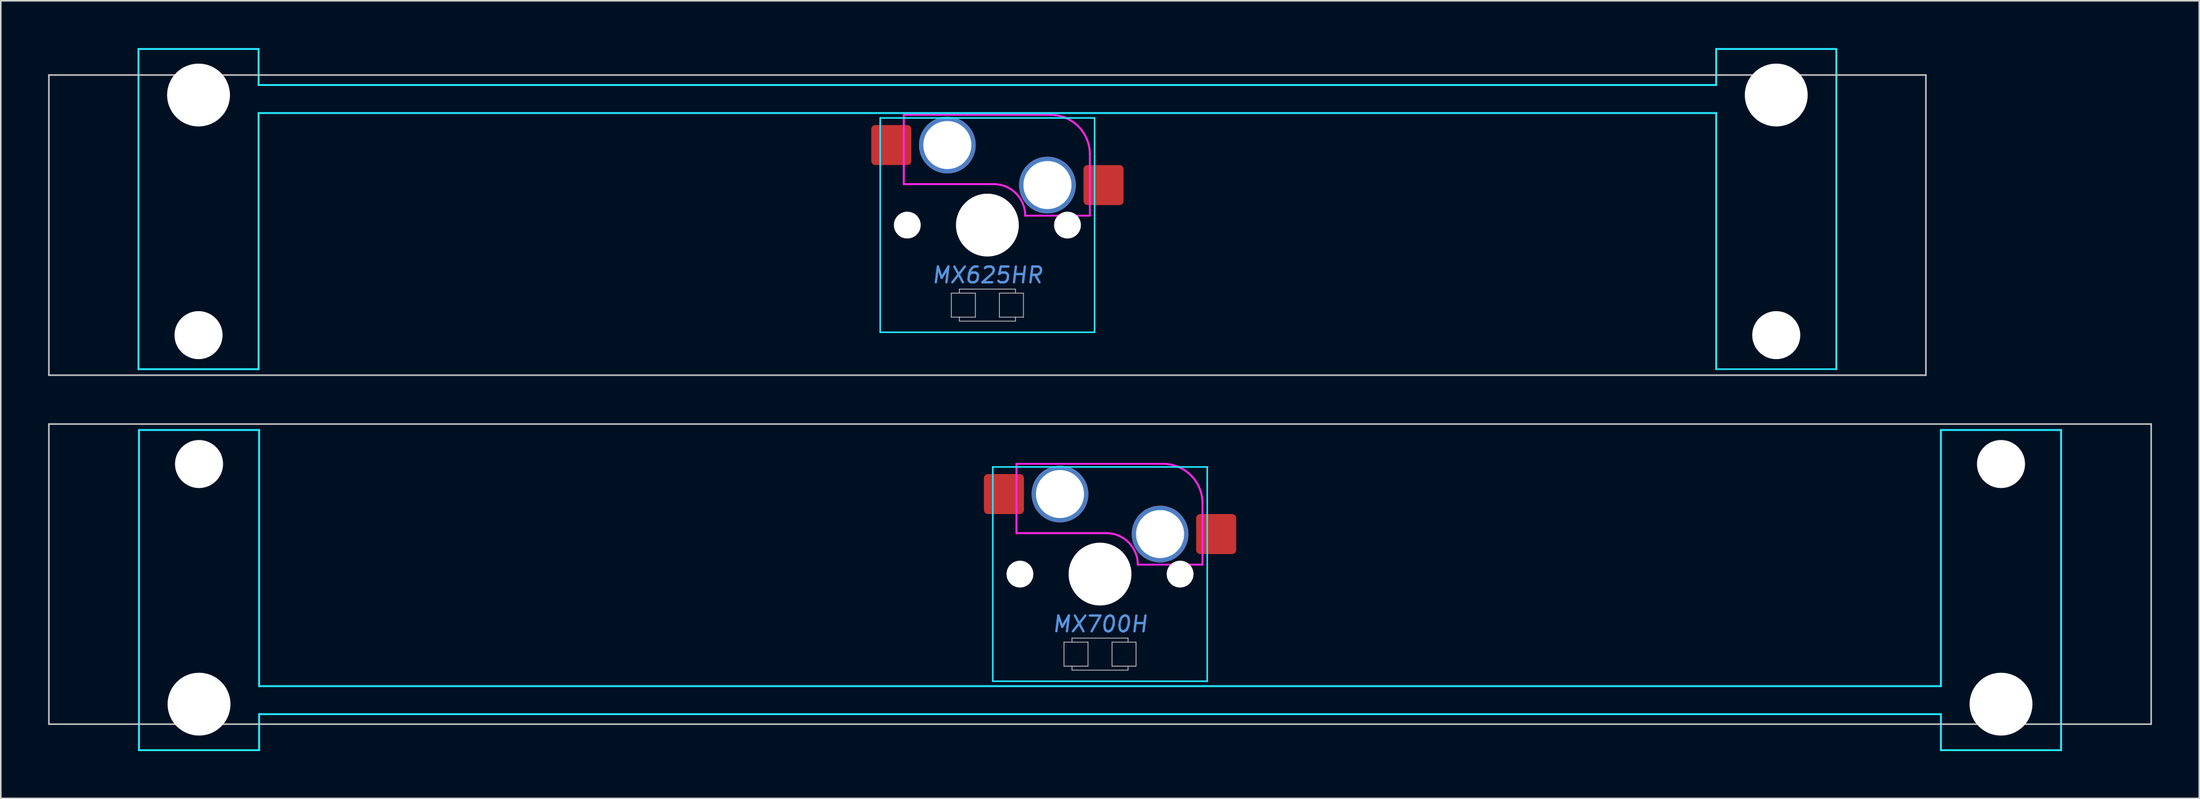
<source format=kicad_pcb>
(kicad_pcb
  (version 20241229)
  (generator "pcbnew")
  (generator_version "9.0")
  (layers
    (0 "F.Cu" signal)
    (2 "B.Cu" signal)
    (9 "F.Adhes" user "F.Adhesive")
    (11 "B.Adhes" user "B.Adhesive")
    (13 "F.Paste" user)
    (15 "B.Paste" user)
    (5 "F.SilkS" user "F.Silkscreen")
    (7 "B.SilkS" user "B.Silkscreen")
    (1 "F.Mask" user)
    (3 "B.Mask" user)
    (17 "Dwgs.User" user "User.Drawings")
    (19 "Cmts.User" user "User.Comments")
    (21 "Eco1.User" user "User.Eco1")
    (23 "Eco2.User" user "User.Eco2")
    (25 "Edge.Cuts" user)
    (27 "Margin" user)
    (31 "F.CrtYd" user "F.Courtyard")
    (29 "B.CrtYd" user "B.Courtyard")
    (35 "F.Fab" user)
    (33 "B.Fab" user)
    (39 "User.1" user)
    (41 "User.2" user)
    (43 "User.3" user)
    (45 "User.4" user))
  (footprint "MX625HR"
    (layer "F.Cu")
    (at 59.581 11.236)
    (property "Reference" "MX625HR" (at 0 3.175 0) (layer "Cmts.User") (effects (font (size 1 1) (thickness 0.15) (italic yes))))
    (attr smd)
    (fp_line (start -59.531 -9.525) (end -59.531 9.525) (stroke (width 0.1) (type solid)) (layer "Dwgs.User"))
    (fp_line (start -59.531 -9.525) (end 59.531 -9.525) (stroke (width 0.1) (type solid)) (layer "Dwgs.User"))
    (fp_line (start -59.531 9.525) (end 59.531 9.525) (stroke (width 0.1) (type solid)) (layer "Dwgs.User"))
    (fp_line (start -2.286 4.318) (end -0.762 4.318) (stroke (width 0.051) (type solid)) (layer "Dwgs.User"))
    (fp_line (start -2.286 5.842) (end -2.286 4.318) (stroke (width 0.051) (type solid)) (layer "Dwgs.User"))
    (fp_line (start -1.778 4.064) (end 1.778 4.064) (stroke (width 0.051) (type solid)) (layer "Dwgs.User"))
    (fp_line (start -1.778 4.318) (end -1.778 4.064) (stroke (width 0.051) (type solid)) (layer "Dwgs.User"))
    (fp_line (start -1.778 6.096) (end -1.778 5.842) (stroke (width 0.051) (type solid)) (layer "Dwgs.User"))
    (fp_line (start -0.762 4.318) (end -0.762 5.842) (stroke (width 0.051) (type solid)) (layer "Dwgs.User"))
    (fp_line (start -0.762 5.842) (end -2.286 5.842) (stroke (width 0.051) (type solid)) (layer "Dwgs.User"))
    (fp_line (start 0.762 4.318) (end 2.286 4.318) (stroke (width 0.051) (type solid)) (layer "Dwgs.User"))
    (fp_line (start 0.762 5.842) (end 0.762 4.318) (stroke (width 0.051) (type solid)) (layer "Dwgs.User"))
    (fp_line (start 1.778 4.064) (end 1.778 4.318) (stroke (width 0.051) (type solid)) (layer "Dwgs.User"))
    (fp_line (start 1.778 5.842) (end 1.778 6.096) (stroke (width 0.051) (type solid)) (layer "Dwgs.User"))
    (fp_line (start 1.778 6.096) (end -1.778 6.096) (stroke (width 0.051) (type solid)) (layer "Dwgs.User"))
    (fp_line (start 2.286 4.318) (end 2.286 5.842) (stroke (width 0.051) (type solid)) (layer "Dwgs.User"))
    (fp_line (start 2.286 5.842) (end 0.762 5.842) (stroke (width 0.051) (type solid)) (layer "Dwgs.User"))
    (fp_line (start 59.531 -9.525) (end 59.531 9.525) (stroke (width 0.1) (type solid)) (layer "Dwgs.User"))
    (fp_line (start -53.538 -8.515) (end -53.538 5.485) (stroke (width 0.1) (type solid)) (layer "Eco1.User"))
    (fp_line (start -53.038 -9.015) (end -47.038 -9.015) (stroke (width 0.1) (type solid)) (layer "Eco1.User"))
    (fp_line (start -47.038 5.985) (end -53.038 5.985) (stroke (width 0.1) (type solid)) (layer "Eco1.User"))
    (fp_line (start -46.538 5.485) (end -46.538 -8.515) (stroke (width 0.1) (type solid)) (layer "Eco1.User"))
    (fp_line (start -7 -6.5) (end -7 6.5) (stroke (width 0.1) (type solid)) (layer "Eco1.User"))
    (fp_line (start -6.5 7) (end 6.5 7) (stroke (width 0.1) (type solid)) (layer "Eco1.User"))
    (fp_line (start 6.5 -7) (end -6.5 -7) (stroke (width 0.1) (type solid)) (layer "Eco1.User"))
    (fp_line (start 7 6.5) (end 7 -6.5) (stroke (width 0.1) (type solid)) (layer "Eco1.User"))
    (fp_line (start 46.538 -8.515) (end 46.538 5.485) (stroke (width 0.1) (type solid)) (layer "Eco1.User"))
    (fp_line (start 47.038 -9.015) (end 53.038 -9.015) (stroke (width 0.1) (type solid)) (layer "Eco1.User"))
    (fp_line (start 53.038 5.985) (end 47.038 5.985) (stroke (width 0.1) (type solid)) (layer "Eco1.User"))
    (fp_line (start 53.538 5.485) (end 53.538 -8.515) (stroke (width 0.1) (type solid)) (layer "Eco1.User"))
    (fp_arc (start -53.538 -8.515) (mid -53.391553 -8.868553) (end -53.038 -9.015) (stroke (width 0.1) (type solid)) (layer "Eco1.User"))
    (fp_arc (start -53.038 5.985) (mid -53.391553 5.838553) (end -53.538 5.485) (stroke (width 0.1) (type solid)) (layer "Eco1.User"))
    (fp_arc (start -47.038 -9.015) (mid -46.684447 -8.868553) (end -46.538 -8.515) (stroke (width 0.1) (type solid)) (layer "Eco1.User"))
    (fp_arc (start -46.538 5.485) (mid -46.684447 5.838553) (end -47.038 5.985) (stroke (width 0.1) (type solid)) (layer "Eco1.User"))
    (fp_arc (start -7 -6.5) (mid -6.853553 -6.853553) (end -6.5 -7) (stroke (width 0.1) (type solid)) (layer "Eco1.User"))
    (fp_arc (start -6.5 7) (mid -6.853553 6.853553) (end -7 6.5) (stroke (width 0.1) (type solid)) (layer "Eco1.User"))
    (fp_arc (start 6.5 -7) (mid 6.853553 -6.853553) (end 7 -6.5) (stroke (width 0.1) (type solid)) (layer "Eco1.User"))
    (fp_arc (start 7 6.5) (mid 6.853553 6.853553) (end 6.5 7) (stroke (width 0.1) (type solid)) (layer "Eco1.User"))
    (fp_arc (start 46.538 -8.515) (mid 46.684447 -8.868553) (end 47.038 -9.015) (stroke (width 0.1) (type solid)) (layer "Eco1.User"))
    (fp_arc (start 47.038 5.985) (mid 46.684447 5.838553) (end 46.538 5.485) (stroke (width 0.1) (type solid)) (layer "Eco1.User"))
    (fp_arc (start 53.038 -9.015) (mid 53.391553 -8.868553) (end 53.538 -8.515) (stroke (width 0.1) (type solid)) (layer "Eco1.User"))
    (fp_arc (start 53.538 5.485) (mid 53.391553 5.838553) (end 53.038 5.985) (stroke (width 0.1) (type solid)) (layer "Eco1.User"))
    (fp_line (start -53.848 -11.176) (end -53.848 9.144) (stroke (width 0.12) (type solid)) (layer "B.CrtYd"))
    (fp_line (start -53.848 -11.176) (end -46.228 -11.176) (stroke (width 0.12) (type solid)) (layer "B.CrtYd"))
    (fp_line (start -53.848 9.144) (end -46.228 9.144) (stroke (width 0.12) (type solid)) (layer "B.CrtYd"))
    (fp_line (start -46.228 -11.176) (end -46.228 -8.89) (stroke (width 0.12) (type solid)) (layer "B.CrtYd"))
    (fp_line (start -46.228 -7.112) (end -46.228 9.144) (stroke (width 0.12) (type solid)) (layer "B.CrtYd"))
    (fp_line (start -6.8 -6.8) (end -6.8 6.8) (stroke (width 0.1) (type solid)) (layer "B.CrtYd"))
    (fp_line (start 6.8 -6.8) (end -6.8 -6.8) (stroke (width 0.1) (type solid)) (layer "B.CrtYd"))
    (fp_line (start 6.8 -6.8) (end 6.8 6.8) (stroke (width 0.1) (type solid)) (layer "B.CrtYd"))
    (fp_line (start 6.8 6.8) (end -6.8 6.8) (stroke (width 0.1) (type solid)) (layer "B.CrtYd"))
    (fp_line (start 46.228 -11.176) (end 46.228 -8.89) (stroke (width 0.12) (type solid)) (layer "B.CrtYd"))
    (fp_line (start 46.228 -8.89) (end -46.228 -8.89) (stroke (width 0.12) (type solid)) (layer "B.CrtYd"))
    (fp_line (start 46.228 -7.112) (end -46.228 -7.112) (stroke (width 0.12) (type solid)) (layer "B.CrtYd"))
    (fp_line (start 46.228 -7.112) (end 46.228 9.144) (stroke (width 0.12) (type solid)) (layer "B.CrtYd"))
    (fp_line (start 53.848 -11.176) (end 46.228 -11.176) (stroke (width 0.12) (type solid)) (layer "B.CrtYd"))
    (fp_line (start 53.848 -11.176) (end 53.848 9.144) (stroke (width 0.12) (type solid)) (layer "B.CrtYd"))
    (fp_line (start 53.848 9.144) (end 46.228 9.144) (stroke (width 0.1) (type solid)) (layer "B.CrtYd"))
    (fp_line (start -5.3 -7) (end -5.3 -2.6) (stroke (width 0.127) (type solid)) (layer "F.CrtYd"))
    (fp_line (start -5.2 -7) (end -5.3 -7) (stroke (width 0.12) (type solid)) (layer "F.CrtYd"))
    (fp_line (start 0.4 -2.6) (end -5.3 -2.6) (stroke (width 0.127) (type solid)) (layer "F.CrtYd"))
    (fp_line (start 4 -7) (end -5.2 -7) (stroke (width 0.12) (type solid)) (layer "F.CrtYd"))
    (fp_line (start 6.5 -4.5) (end 6.5 -0.6) (stroke (width 0.12) (type solid)) (layer "F.CrtYd"))
    (fp_line (start 6.5 -0.6) (end 2.4 -0.6) (stroke (width 0.12) (type solid)) (layer "F.CrtYd"))
    (fp_arc (start 0.4 -2.6) (mid 1.814214 -2.014214) (end 2.4 -0.6) (stroke (width 0.127) (type solid)) (layer "F.CrtYd"))
    (fp_arc (start 4 -7) (mid 5.767767 -6.267767) (end 6.5 -4.5) (stroke (width 0.127) (type solid)) (layer "F.CrtYd"))
    (pad "" np_thru_hole circle (at -50.038 -8.255 180) (size 3.988 3.988) (drill 3.988) (layers "*.Cu" "*.Mask"))
    (pad "" np_thru_hole circle (at -50.038 6.985 180) (size 3.048 3.048) (drill 3.048) (layers "*.Cu" "*.Mask"))
    (pad "" np_thru_hole circle (at -5.08 0) (size 1.702 1.702) (drill 1.702) (layers "*.Cu" "*.Mask"))
    (pad "" thru_hole circle (at -2.54 -5.08) (size 3.6 3.6) (drill 3.048) (layers "*.Cu" "*.Mask"))
    (pad "" np_thru_hole circle (at 0 0) (size 3.988 3.988) (drill 3.988) (layers "*.Cu" "*.Mask"))
    (pad "" thru_hole circle (at 3.81 -2.54) (size 3.6 3.6) (drill 3.048) (layers "*.Cu" "*.Mask"))
    (pad "" np_thru_hole circle (at 5.08 0) (size 1.702 1.702) (drill 1.702) (layers "*.Cu" "*.Mask"))
    (pad "" np_thru_hole circle (at 50.038 -8.255 180) (size 3.988 3.988) (drill 3.988) (layers "*.Cu" "*.Mask"))
    (pad "" np_thru_hole circle (at 50.038 6.985 180) (size 3.048 3.048) (drill 3.048) (layers "*.Cu" "*.Mask"))
    (pad "1" smd roundrect (at -6.096 -5.08) (size 2.54 2.54) (layers "F.Cu" "F.Mask") (roundrect_rratio 0.1))
    (pad "2" smd roundrect (at 7.366 -2.54) (size 2.54 2.54) (layers "F.Cu" "F.Mask") (roundrect_rratio 0.1)))
  (footprint "MX700H"
    (layer "F.Cu")
    (at 66.725 33.386)
    (property "Reference" "MX700H" (at 0 3.175 0) (layer "Cmts.User") (effects (font (size 1 1) (thickness 0.15) (italic yes))))
    (attr smd)
    (fp_line (start -66.675 -9.525) (end -66.675 9.525) (stroke (width 0.1) (type solid)) (layer "Dwgs.User"))
    (fp_line (start -66.675 -9.525) (end 66.675 -9.525) (stroke (width 0.1) (type solid)) (layer "Dwgs.User"))
    (fp_line (start -66.675 9.525) (end 66.675 9.525) (stroke (width 0.1) (type solid)) (layer "Dwgs.User"))
    (fp_line (start -2.286 4.318) (end -0.762 4.318) (stroke (width 0.051) (type solid)) (layer "Dwgs.User"))
    (fp_line (start -2.286 5.842) (end -2.286 4.318) (stroke (width 0.051) (type solid)) (layer "Dwgs.User"))
    (fp_line (start -1.778 4.064) (end 1.778 4.064) (stroke (width 0.051) (type solid)) (layer "Dwgs.User"))
    (fp_line (start -1.778 4.318) (end -1.778 4.064) (stroke (width 0.051) (type solid)) (layer "Dwgs.User"))
    (fp_line (start -1.778 6.096) (end -1.778 5.842) (stroke (width 0.051) (type solid)) (layer "Dwgs.User"))
    (fp_line (start -0.762 4.318) (end -0.762 5.842) (stroke (width 0.051) (type solid)) (layer "Dwgs.User"))
    (fp_line (start -0.762 5.842) (end -2.286 5.842) (stroke (width 0.051) (type solid)) (layer "Dwgs.User"))
    (fp_line (start 0.762 4.318) (end 2.286 4.318) (stroke (width 0.051) (type solid)) (layer "Dwgs.User"))
    (fp_line (start 0.762 5.842) (end 0.762 4.318) (stroke (width 0.051) (type solid)) (layer "Dwgs.User"))
    (fp_line (start 1.778 4.064) (end 1.778 4.318) (stroke (width 0.051) (type solid)) (layer "Dwgs.User"))
    (fp_line (start 1.778 5.842) (end 1.778 6.096) (stroke (width 0.051) (type solid)) (layer "Dwgs.User"))
    (fp_line (start 1.778 6.096) (end -1.778 6.096) (stroke (width 0.051) (type solid)) (layer "Dwgs.User"))
    (fp_line (start 2.286 4.318) (end 2.286 5.842) (stroke (width 0.051) (type solid)) (layer "Dwgs.User"))
    (fp_line (start 2.286 5.842) (end 0.762 5.842) (stroke (width 0.051) (type solid)) (layer "Dwgs.User"))
    (fp_line (start 66.675 -9.525) (end 66.675 9.525) (stroke (width 0.1) (type solid)) (layer "Dwgs.User"))
    (fp_line (start -60.65 -5.485) (end -60.65 8.515) (stroke (width 0.1) (type solid)) (layer "Eco1.User"))
    (fp_line (start -60.15 -5.985) (end -54.15 -5.985) (stroke (width 0.1) (type solid)) (layer "Eco1.User"))
    (fp_line (start -54.15 9.015) (end -60.15 9.015) (stroke (width 0.1) (type solid)) (layer "Eco1.User"))
    (fp_line (start -53.65 8.515) (end -53.65 -5.485) (stroke (width 0.1) (type solid)) (layer "Eco1.User"))
    (fp_line (start -7 -6.5) (end -7 6.5) (stroke (width 0.1) (type solid)) (layer "Eco1.User"))
    (fp_line (start -6.5 7) (end 6.5 7) (stroke (width 0.1) (type solid)) (layer "Eco1.User"))
    (fp_line (start 6.5 -7) (end -6.5 -7) (stroke (width 0.1) (type solid)) (layer "Eco1.User"))
    (fp_line (start 7 6.5) (end 7 -6.5) (stroke (width 0.1) (type solid)) (layer "Eco1.User"))
    (fp_line (start 53.65 -5.485) (end 53.65 8.515) (stroke (width 0.1) (type solid)) (layer "Eco1.User"))
    (fp_line (start 54.15 -5.985) (end 60.15 -5.985) (stroke (width 0.1) (type solid)) (layer "Eco1.User"))
    (fp_line (start 60.15 9.015) (end 54.15 9.015) (stroke (width 0.1) (type solid)) (layer "Eco1.User"))
    (fp_line (start 60.65 8.515) (end 60.65 -5.485) (stroke (width 0.1) (type solid)) (layer "Eco1.User"))
    (fp_arc (start -60.65 -5.485) (mid -60.503553 -5.838553) (end -60.15 -5.985) (stroke (width 0.1) (type solid)) (layer "Eco1.User"))
    (fp_arc (start -60.15 9.015) (mid -60.503553 8.868553) (end -60.65 8.515) (stroke (width 0.1) (type solid)) (layer "Eco1.User"))
    (fp_arc (start -54.15 -5.985) (mid -53.796447 -5.838553) (end -53.65 -5.485) (stroke (width 0.1) (type solid)) (layer "Eco1.User"))
    (fp_arc (start -53.65 8.515) (mid -53.796447 8.868553) (end -54.15 9.015) (stroke (width 0.1) (type solid)) (layer "Eco1.User"))
    (fp_arc (start -7 -6.5) (mid -6.853553 -6.853553) (end -6.5 -7) (stroke (width 0.1) (type solid)) (layer "Eco1.User"))
    (fp_arc (start -6.5 7) (mid -6.853553 6.853553) (end -7 6.5) (stroke (width 0.1) (type solid)) (layer "Eco1.User"))
    (fp_arc (start 6.5 -7) (mid 6.853553 -6.853553) (end 7 -6.5) (stroke (width 0.1) (type solid)) (layer "Eco1.User"))
    (fp_arc (start 7 6.5) (mid 6.853553 6.853553) (end 6.5 7) (stroke (width 0.1) (type solid)) (layer "Eco1.User"))
    (fp_arc (start 53.65 -5.485) (mid 53.796447 -5.838553) (end 54.15 -5.985) (stroke (width 0.1) (type solid)) (layer "Eco1.User"))
    (fp_arc (start 54.15 9.015) (mid 53.796447 8.868553) (end 53.65 8.515) (stroke (width 0.1) (type solid)) (layer "Eco1.User"))
    (fp_arc (start 60.15 -5.985) (mid 60.503553 -5.838553) (end 60.65 -5.485) (stroke (width 0.1) (type solid)) (layer "Eco1.User"))
    (fp_arc (start 60.65 8.515) (mid 60.503553 8.868553) (end 60.15 9.015) (stroke (width 0.1) (type solid)) (layer "Eco1.User"))
    (fp_line (start -60.96 -9.144) (end -53.34 -9.144) (stroke (width 0.12) (type solid)) (layer "B.CrtYd"))
    (fp_line (start -60.96 11.176) (end -60.96 -9.144) (stroke (width 0.12) (type solid)) (layer "B.CrtYd"))
    (fp_line (start -60.96 11.176) (end -53.34 11.176) (stroke (width 0.12) (type solid)) (layer "B.CrtYd"))
    (fp_line (start -53.34 7.112) (end -53.34 -9.144) (stroke (width 0.12) (type solid)) (layer "B.CrtYd"))
    (fp_line (start -53.34 7.112) (end 53.34 7.112) (stroke (width 0.12) (type solid)) (layer "B.CrtYd"))
    (fp_line (start -53.34 8.89) (end 53.34 8.89) (stroke (width 0.12) (type solid)) (layer "B.CrtYd"))
    (fp_line (start -53.34 11.176) (end -53.34 8.89) (stroke (width 0.12) (type solid)) (layer "B.CrtYd"))
    (fp_line (start -6.8 -6.8) (end -6.8 6.8) (stroke (width 0.1) (type solid)) (layer "B.CrtYd"))
    (fp_line (start 6.8 -6.8) (end -6.8 -6.8) (stroke (width 0.1) (type solid)) (layer "B.CrtYd"))
    (fp_line (start 6.8 -6.8) (end 6.8 6.8) (stroke (width 0.1) (type solid)) (layer "B.CrtYd"))
    (fp_line (start 6.8 6.8) (end -6.8 6.8) (stroke (width 0.1) (type solid)) (layer "B.CrtYd"))
    (fp_line (start 53.34 7.112) (end 53.34 -9.144) (stroke (width 0.12) (type solid)) (layer "B.CrtYd"))
    (fp_line (start 53.34 11.176) (end 53.34 8.89) (stroke (width 0.12) (type solid)) (layer "B.CrtYd"))
    (fp_line (start 60.96 -9.144) (end 53.34 -9.144) (stroke (width 0.12) (type solid)) (layer "B.CrtYd"))
    (fp_line (start 60.96 11.176) (end 53.34 11.176) (stroke (width 0.12) (type solid)) (layer "B.CrtYd"))
    (fp_line (start 60.96 11.176) (end 60.96 -9.144) (stroke (width 0.12) (type solid)) (layer "B.CrtYd"))
    (fp_line (start -5.3 -7) (end -5.3 -2.6) (stroke (width 0.127) (type solid)) (layer "F.CrtYd"))
    (fp_line (start -5.2 -7) (end -5.3 -7) (stroke (width 0.12) (type solid)) (layer "F.CrtYd"))
    (fp_line (start 0.4 -2.6) (end -5.3 -2.6) (stroke (width 0.127) (type solid)) (layer "F.CrtYd"))
    (fp_line (start 4 -7) (end -5.2 -7) (stroke (width 0.12) (type solid)) (layer "F.CrtYd"))
    (fp_line (start 6.5 -4.5) (end 6.5 -0.6) (stroke (width 0.12) (type solid)) (layer "F.CrtYd"))
    (fp_line (start 6.5 -0.6) (end 2.4 -0.6) (stroke (width 0.12) (type solid)) (layer "F.CrtYd"))
    (fp_arc (start 0.4 -2.6) (mid 1.814214 -2.014214) (end 2.4 -0.6) (stroke (width 0.127) (type solid)) (layer "F.CrtYd"))
    (fp_arc (start 4 -7) (mid 5.767767 -6.267767) (end 6.5 -4.5) (stroke (width 0.127) (type solid)) (layer "F.CrtYd"))
    (pad "" np_thru_hole circle (at -57.15 -6.985) (size 3.048 3.048) (drill 3.048) (layers "*.Cu" "*.Mask"))
    (pad "" np_thru_hole circle (at -57.15 8.255) (size 3.988 3.988) (drill 3.988) (layers "*.Cu" "*.Mask"))
    (pad "" np_thru_hole circle (at -5.08 0) (size 1.702 1.702) (drill 1.702) (layers "*.Cu" "*.Mask"))
    (pad "" thru_hole circle (at -2.54 -5.08) (size 3.6 3.6) (drill 3.048) (layers "*.Cu" "*.Mask"))
    (pad "" np_thru_hole circle (at 0 0) (size 3.988 3.988) (drill 3.988) (layers "*.Cu" "*.Mask"))
    (pad "" thru_hole circle (at 3.81 -2.54) (size 3.6 3.6) (drill 3.048) (layers "*.Cu" "*.Mask"))
    (pad "" np_thru_hole circle (at 5.08 0) (size 1.702 1.702) (drill 1.702) (layers "*.Cu" "*.Mask"))
    (pad "" np_thru_hole circle (at 57.15 -6.985) (size 3.048 3.048) (drill 3.048) (layers "*.Cu" "*.Mask"))
    (pad "" np_thru_hole circle (at 57.15 8.255) (size 3.988 3.988) (drill 3.988) (layers "*.Cu" "*.Mask"))
    (pad "1" smd roundrect (at -6.096 -5.08) (size 2.54 2.54) (layers "F.Cu" "F.Mask") (roundrect_rratio 0.1))
    (pad "2" smd roundrect (at 7.366 -2.54) (size 2.54 2.54) (layers "F.Cu" "F.Mask") (roundrect_rratio 0.1)))
  (gr_rect
    (start -3 -3)
    (end 136.45 47.622)
    (stroke (width 0.1) (type default))
    (fill no)
    (layer "Edge.Cuts")))
</source>
